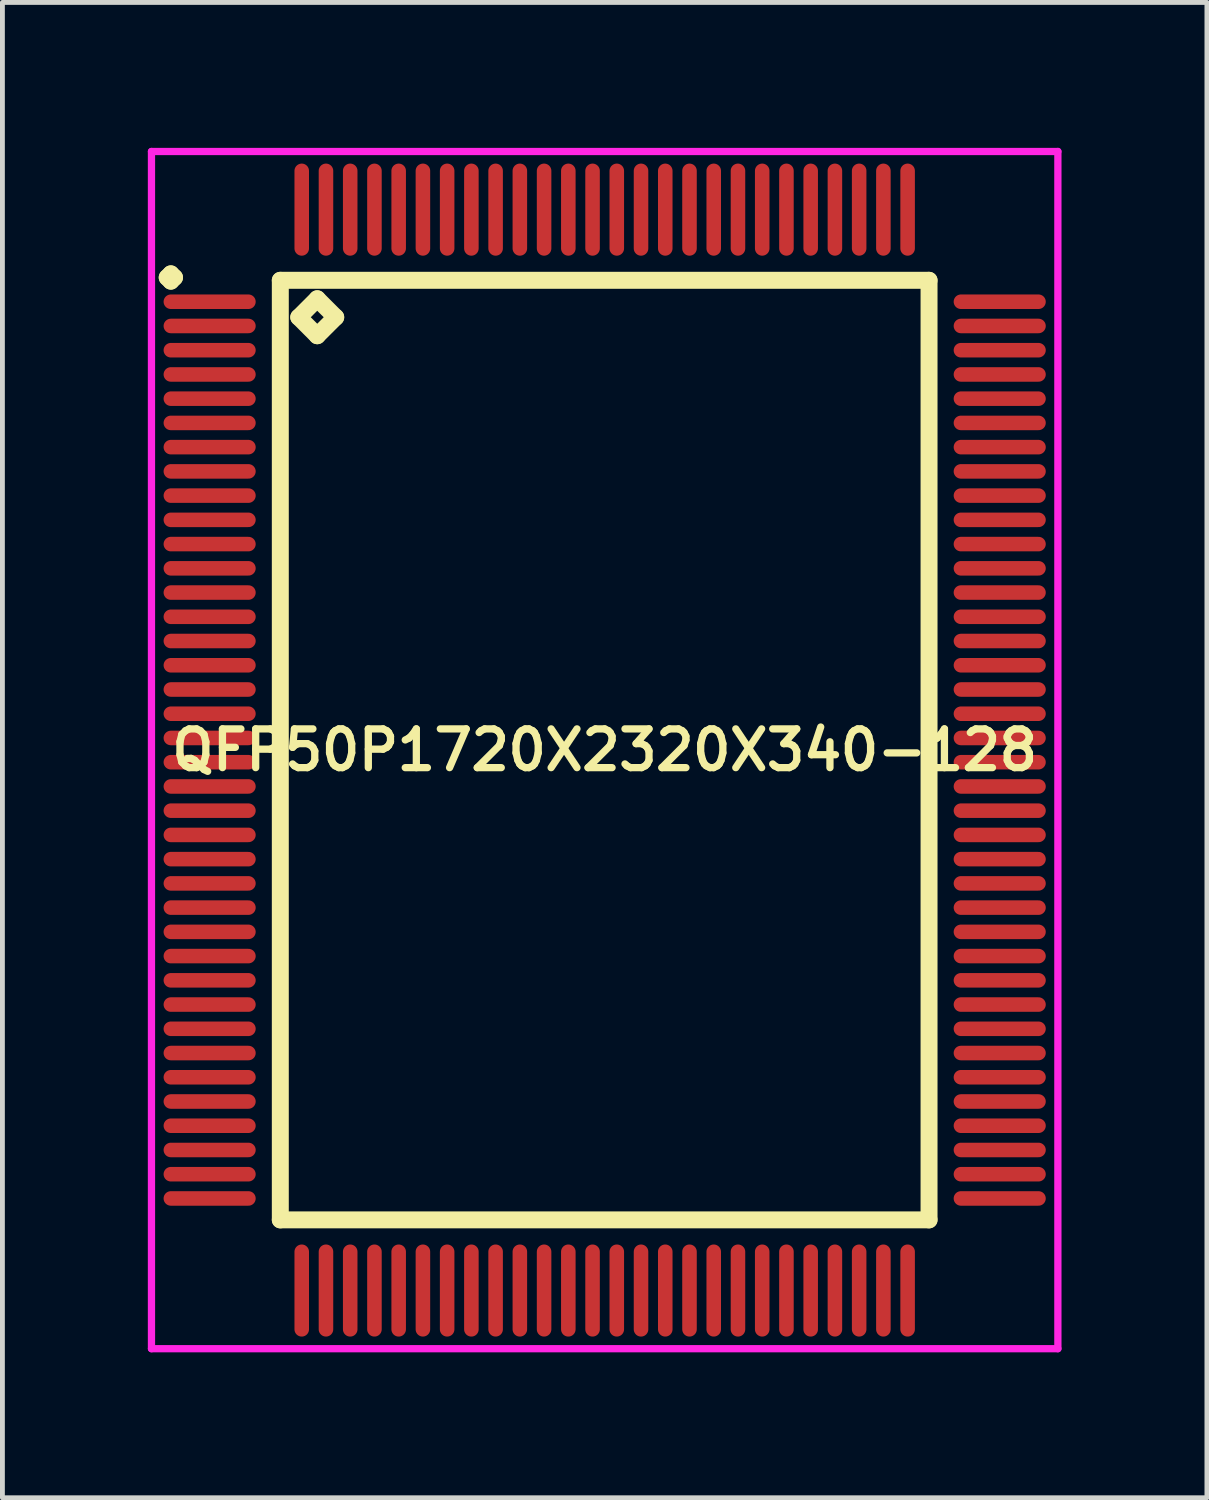
<source format=kicad_pcb>
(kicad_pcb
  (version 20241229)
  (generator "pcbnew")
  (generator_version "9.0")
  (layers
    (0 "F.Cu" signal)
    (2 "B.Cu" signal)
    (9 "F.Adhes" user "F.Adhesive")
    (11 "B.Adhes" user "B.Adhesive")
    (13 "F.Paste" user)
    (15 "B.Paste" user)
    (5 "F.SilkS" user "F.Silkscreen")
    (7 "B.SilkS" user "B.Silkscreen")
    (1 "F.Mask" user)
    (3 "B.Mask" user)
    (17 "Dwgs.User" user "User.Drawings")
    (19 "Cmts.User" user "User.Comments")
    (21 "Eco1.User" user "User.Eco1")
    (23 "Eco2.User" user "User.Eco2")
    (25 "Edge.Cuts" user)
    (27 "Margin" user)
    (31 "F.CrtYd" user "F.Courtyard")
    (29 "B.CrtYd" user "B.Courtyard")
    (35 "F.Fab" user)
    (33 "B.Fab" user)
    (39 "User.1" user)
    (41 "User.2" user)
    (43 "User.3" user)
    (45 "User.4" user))
  (footprint "QFP50P1720X2320X340-128"
    (layer "F.Cu")
    (at 9.425 12.425)
    (property "Reference" "QFP50P1720X2320X340-128" (at 0 0 0) (layer "F.SilkS") (effects (font (size 0.8 0.8) (thickness 0.15))))
    (attr smd)
    (fp_line (start -9.025 -9.75) (end -8.95 -9.825) (stroke (width 0.35) (type solid)) (layer "F.SilkS"))
    (fp_line (start -8.95 -9.825) (end -8.875 -9.75) (stroke (width 0.35) (type solid)) (layer "F.SilkS"))
    (fp_line (start -8.95 -9.675) (end -9.025 -9.75) (stroke (width 0.35) (type solid)) (layer "F.SilkS"))
    (fp_line (start -8.875 -9.75) (end -8.95 -9.675) (stroke (width 0.35) (type solid)) (layer "F.SilkS"))
    (fp_line (start -6.692 -9.692) (end -6.692 9.692) (stroke (width 0.35) (type solid)) (layer "F.SilkS"))
    (fp_line (start -6.692 9.692) (end 6.692 9.692) (stroke (width 0.35) (type solid)) (layer "F.SilkS"))
    (fp_line (start -6.311 -8.93) (end -5.93 -9.311) (stroke (width 0.35) (type solid)) (layer "F.SilkS"))
    (fp_line (start -5.93 -9.311) (end -5.549 -8.93) (stroke (width 0.35) (type solid)) (layer "F.SilkS"))
    (fp_line (start -5.93 -8.549) (end -6.311 -8.93) (stroke (width 0.35) (type solid)) (layer "F.SilkS"))
    (fp_line (start -5.549 -8.93) (end -5.93 -8.549) (stroke (width 0.35) (type solid)) (layer "F.SilkS"))
    (fp_line (start 6.692 -9.692) (end -6.692 -9.692) (stroke (width 0.35) (type solid)) (layer "F.SilkS"))
    (fp_line (start 6.692 9.692) (end 6.692 -9.692) (stroke (width 0.35) (type solid)) (layer "F.SilkS"))
    (fp_line (start -9.35 -12.35) (end 9.35 -12.35) (stroke (width 0.15) (type solid)) (layer "F.CrtYd"))
    (fp_line (start -9.35 12.35) (end -9.35 -12.35) (stroke (width 0.15) (type solid)) (layer "F.CrtYd"))
    (fp_line (start 9.35 -12.35) (end 9.35 12.35) (stroke (width 0.15) (type solid)) (layer "F.CrtYd"))
    (fp_line (start 9.35 12.35) (end -9.35 12.35) (stroke (width 0.15) (type solid)) (layer "F.CrtYd"))
    (pad "1" smd oval (at -8.15 -9.25) (size 1.9 0.3) (layers "F.Cu" "F.Mask" "F.Paste"))
    (pad "2" smd oval (at -8.15 -8.75) (size 1.9 0.3) (layers "F.Cu" "F.Mask" "F.Paste"))
    (pad "3" smd oval (at -8.15 -8.25) (size 1.9 0.3) (layers "F.Cu" "F.Mask" "F.Paste"))
    (pad "4" smd oval (at -8.15 -7.75) (size 1.9 0.3) (layers "F.Cu" "F.Mask" "F.Paste"))
    (pad "5" smd oval (at -8.15 -7.25) (size 1.9 0.3) (layers "F.Cu" "F.Mask" "F.Paste"))
    (pad "6" smd oval (at -8.15 -6.75) (size 1.9 0.3) (layers "F.Cu" "F.Mask" "F.Paste"))
    (pad "7" smd oval (at -8.15 -6.25) (size 1.9 0.3) (layers "F.Cu" "F.Mask" "F.Paste"))
    (pad "8" smd oval (at -8.15 -5.75) (size 1.9 0.3) (layers "F.Cu" "F.Mask" "F.Paste"))
    (pad "9" smd oval (at -8.15 -5.25) (size 1.9 0.3) (layers "F.Cu" "F.Mask" "F.Paste"))
    (pad "10" smd oval (at -8.15 -4.75) (size 1.9 0.3) (layers "F.Cu" "F.Mask" "F.Paste"))
    (pad "11" smd oval (at -8.15 -4.25) (size 1.9 0.3) (layers "F.Cu" "F.Mask" "F.Paste"))
    (pad "12" smd oval (at -8.15 -3.75) (size 1.9 0.3) (layers "F.Cu" "F.Mask" "F.Paste"))
    (pad "13" smd oval (at -8.15 -3.25) (size 1.9 0.3) (layers "F.Cu" "F.Mask" "F.Paste"))
    (pad "14" smd oval (at -8.15 -2.75) (size 1.9 0.3) (layers "F.Cu" "F.Mask" "F.Paste"))
    (pad "15" smd oval (at -8.15 -2.25) (size 1.9 0.3) (layers "F.Cu" "F.Mask" "F.Paste"))
    (pad "16" smd oval (at -8.15 -1.75) (size 1.9 0.3) (layers "F.Cu" "F.Mask" "F.Paste"))
    (pad "17" smd oval (at -8.15 -1.25) (size 1.9 0.3) (layers "F.Cu" "F.Mask" "F.Paste"))
    (pad "18" smd oval (at -8.15 -0.75) (size 1.9 0.3) (layers "F.Cu" "F.Mask" "F.Paste"))
    (pad "19" smd oval (at -8.15 -0.25) (size 1.9 0.3) (layers "F.Cu" "F.Mask" "F.Paste"))
    (pad "20" smd oval (at -8.15 0.25) (size 1.9 0.3) (layers "F.Cu" "F.Mask" "F.Paste"))
    (pad "21" smd oval (at -8.15 0.75) (size 1.9 0.3) (layers "F.Cu" "F.Mask" "F.Paste"))
    (pad "22" smd oval (at -8.15 1.25) (size 1.9 0.3) (layers "F.Cu" "F.Mask" "F.Paste"))
    (pad "23" smd oval (at -8.15 1.75) (size 1.9 0.3) (layers "F.Cu" "F.Mask" "F.Paste"))
    (pad "24" smd oval (at -8.15 2.25) (size 1.9 0.3) (layers "F.Cu" "F.Mask" "F.Paste"))
    (pad "25" smd oval (at -8.15 2.75) (size 1.9 0.3) (layers "F.Cu" "F.Mask" "F.Paste"))
    (pad "26" smd oval (at -8.15 3.25) (size 1.9 0.3) (layers "F.Cu" "F.Mask" "F.Paste"))
    (pad "27" smd oval (at -8.15 3.75) (size 1.9 0.3) (layers "F.Cu" "F.Mask" "F.Paste"))
    (pad "28" smd oval (at -8.15 4.25) (size 1.9 0.3) (layers "F.Cu" "F.Mask" "F.Paste"))
    (pad "29" smd oval (at -8.15 4.75) (size 1.9 0.3) (layers "F.Cu" "F.Mask" "F.Paste"))
    (pad "30" smd oval (at -8.15 5.25) (size 1.9 0.3) (layers "F.Cu" "F.Mask" "F.Paste"))
    (pad "31" smd oval (at -8.15 5.75) (size 1.9 0.3) (layers "F.Cu" "F.Mask" "F.Paste"))
    (pad "32" smd oval (at -8.15 6.25) (size 1.9 0.3) (layers "F.Cu" "F.Mask" "F.Paste"))
    (pad "33" smd oval (at -8.15 6.75) (size 1.9 0.3) (layers "F.Cu" "F.Mask" "F.Paste"))
    (pad "34" smd oval (at -8.15 7.25) (size 1.9 0.3) (layers "F.Cu" "F.Mask" "F.Paste"))
    (pad "35" smd oval (at -8.15 7.75) (size 1.9 0.3) (layers "F.Cu" "F.Mask" "F.Paste"))
    (pad "36" smd oval (at -8.15 8.25) (size 1.9 0.3) (layers "F.Cu" "F.Mask" "F.Paste"))
    (pad "37" smd oval (at -8.15 8.75) (size 1.9 0.3) (layers "F.Cu" "F.Mask" "F.Paste"))
    (pad "38" smd oval (at -8.15 9.25) (size 1.9 0.3) (layers "F.Cu" "F.Mask" "F.Paste"))
    (pad "39" smd oval (at -6.25 11.15) (size 0.3 1.9) (layers "F.Cu" "F.Mask" "F.Paste"))
    (pad "40" smd oval (at -5.75 11.15) (size 0.3 1.9) (layers "F.Cu" "F.Mask" "F.Paste"))
    (pad "41" smd oval (at -5.25 11.15) (size 0.3 1.9) (layers "F.Cu" "F.Mask" "F.Paste"))
    (pad "42" smd oval (at -4.75 11.15) (size 0.3 1.9) (layers "F.Cu" "F.Mask" "F.Paste"))
    (pad "43" smd oval (at -4.25 11.15) (size 0.3 1.9) (layers "F.Cu" "F.Mask" "F.Paste"))
    (pad "44" smd oval (at -3.75 11.15) (size 0.3 1.9) (layers "F.Cu" "F.Mask" "F.Paste"))
    (pad "45" smd oval (at -3.25 11.15) (size 0.3 1.9) (layers "F.Cu" "F.Mask" "F.Paste"))
    (pad "46" smd oval (at -2.75 11.15) (size 0.3 1.9) (layers "F.Cu" "F.Mask" "F.Paste"))
    (pad "47" smd oval (at -2.25 11.15) (size 0.3 1.9) (layers "F.Cu" "F.Mask" "F.Paste"))
    (pad "48" smd oval (at -1.75 11.15) (size 0.3 1.9) (layers "F.Cu" "F.Mask" "F.Paste"))
    (pad "49" smd oval (at -1.25 11.15) (size 0.3 1.9) (layers "F.Cu" "F.Mask" "F.Paste"))
    (pad "50" smd oval (at -0.75 11.15) (size 0.3 1.9) (layers "F.Cu" "F.Mask" "F.Paste"))
    (pad "51" smd oval (at -0.25 11.15) (size 0.3 1.9) (layers "F.Cu" "F.Mask" "F.Paste"))
    (pad "52" smd oval (at 0.25 11.15) (size 0.3 1.9) (layers "F.Cu" "F.Mask" "F.Paste"))
    (pad "53" smd oval (at 0.75 11.15) (size 0.3 1.9) (layers "F.Cu" "F.Mask" "F.Paste"))
    (pad "54" smd oval (at 1.25 11.15) (size 0.3 1.9) (layers "F.Cu" "F.Mask" "F.Paste"))
    (pad "55" smd oval (at 1.75 11.15) (size 0.3 1.9) (layers "F.Cu" "F.Mask" "F.Paste"))
    (pad "56" smd oval (at 2.25 11.15) (size 0.3 1.9) (layers "F.Cu" "F.Mask" "F.Paste"))
    (pad "57" smd oval (at 2.75 11.15) (size 0.3 1.9) (layers "F.Cu" "F.Mask" "F.Paste"))
    (pad "58" smd oval (at 3.25 11.15) (size 0.3 1.9) (layers "F.Cu" "F.Mask" "F.Paste"))
    (pad "59" smd oval (at 3.75 11.15) (size 0.3 1.9) (layers "F.Cu" "F.Mask" "F.Paste"))
    (pad "60" smd oval (at 4.25 11.15) (size 0.3 1.9) (layers "F.Cu" "F.Mask" "F.Paste"))
    (pad "61" smd oval (at 4.75 11.15) (size 0.3 1.9) (layers "F.Cu" "F.Mask" "F.Paste"))
    (pad "62" smd oval (at 5.25 11.15) (size 0.3 1.9) (layers "F.Cu" "F.Mask" "F.Paste"))
    (pad "63" smd oval (at 5.75 11.15) (size 0.3 1.9) (layers "F.Cu" "F.Mask" "F.Paste"))
    (pad "64" smd oval (at 6.25 11.15) (size 0.3 1.9) (layers "F.Cu" "F.Mask" "F.Paste"))
    (pad "65" smd oval (at 8.15 9.25) (size 1.9 0.3) (layers "F.Cu" "F.Mask" "F.Paste"))
    (pad "66" smd oval (at 8.15 8.75) (size 1.9 0.3) (layers "F.Cu" "F.Mask" "F.Paste"))
    (pad "67" smd oval (at 8.15 8.25) (size 1.9 0.3) (layers "F.Cu" "F.Mask" "F.Paste"))
    (pad "68" smd oval (at 8.15 7.75) (size 1.9 0.3) (layers "F.Cu" "F.Mask" "F.Paste"))
    (pad "69" smd oval (at 8.15 7.25) (size 1.9 0.3) (layers "F.Cu" "F.Mask" "F.Paste"))
    (pad "70" smd oval (at 8.15 6.75) (size 1.9 0.3) (layers "F.Cu" "F.Mask" "F.Paste"))
    (pad "71" smd oval (at 8.15 6.25) (size 1.9 0.3) (layers "F.Cu" "F.Mask" "F.Paste"))
    (pad "72" smd oval (at 8.15 5.75) (size 1.9 0.3) (layers "F.Cu" "F.Mask" "F.Paste"))
    (pad "73" smd oval (at 8.15 5.25) (size 1.9 0.3) (layers "F.Cu" "F.Mask" "F.Paste"))
    (pad "74" smd oval (at 8.15 4.75) (size 1.9 0.3) (layers "F.Cu" "F.Mask" "F.Paste"))
    (pad "75" smd oval (at 8.15 4.25) (size 1.9 0.3) (layers "F.Cu" "F.Mask" "F.Paste"))
    (pad "76" smd oval (at 8.15 3.75) (size 1.9 0.3) (layers "F.Cu" "F.Mask" "F.Paste"))
    (pad "77" smd oval (at 8.15 3.25) (size 1.9 0.3) (layers "F.Cu" "F.Mask" "F.Paste"))
    (pad "78" smd oval (at 8.15 2.75) (size 1.9 0.3) (layers "F.Cu" "F.Mask" "F.Paste"))
    (pad "79" smd oval (at 8.15 2.25) (size 1.9 0.3) (layers "F.Cu" "F.Mask" "F.Paste"))
    (pad "80" smd oval (at 8.15 1.75) (size 1.9 0.3) (layers "F.Cu" "F.Mask" "F.Paste"))
    (pad "81" smd oval (at 8.15 1.25) (size 1.9 0.3) (layers "F.Cu" "F.Mask" "F.Paste"))
    (pad "82" smd oval (at 8.15 0.75) (size 1.9 0.3) (layers "F.Cu" "F.Mask" "F.Paste"))
    (pad "83" smd oval (at 8.15 0.25) (size 1.9 0.3) (layers "F.Cu" "F.Mask" "F.Paste"))
    (pad "84" smd oval (at 8.15 -0.25) (size 1.9 0.3) (layers "F.Cu" "F.Mask" "F.Paste"))
    (pad "85" smd oval (at 8.15 -0.75) (size 1.9 0.3) (layers "F.Cu" "F.Mask" "F.Paste"))
    (pad "86" smd oval (at 8.15 -1.25) (size 1.9 0.3) (layers "F.Cu" "F.Mask" "F.Paste"))
    (pad "87" smd oval (at 8.15 -1.75) (size 1.9 0.3) (layers "F.Cu" "F.Mask" "F.Paste"))
    (pad "88" smd oval (at 8.15 -2.25) (size 1.9 0.3) (layers "F.Cu" "F.Mask" "F.Paste"))
    (pad "89" smd oval (at 8.15 -2.75) (size 1.9 0.3) (layers "F.Cu" "F.Mask" "F.Paste"))
    (pad "90" smd oval (at 8.15 -3.25) (size 1.9 0.3) (layers "F.Cu" "F.Mask" "F.Paste"))
    (pad "91" smd oval (at 8.15 -3.75) (size 1.9 0.3) (layers "F.Cu" "F.Mask" "F.Paste"))
    (pad "92" smd oval (at 8.15 -4.25) (size 1.9 0.3) (layers "F.Cu" "F.Mask" "F.Paste"))
    (pad "93" smd oval (at 8.15 -4.75) (size 1.9 0.3) (layers "F.Cu" "F.Mask" "F.Paste"))
    (pad "94" smd oval (at 8.15 -5.25) (size 1.9 0.3) (layers "F.Cu" "F.Mask" "F.Paste"))
    (pad "95" smd oval (at 8.15 -5.75) (size 1.9 0.3) (layers "F.Cu" "F.Mask" "F.Paste"))
    (pad "96" smd oval (at 8.15 -6.25) (size 1.9 0.3) (layers "F.Cu" "F.Mask" "F.Paste"))
    (pad "97" smd oval (at 8.15 -6.75) (size 1.9 0.3) (layers "F.Cu" "F.Mask" "F.Paste"))
    (pad "98" smd oval (at 8.15 -7.25) (size 1.9 0.3) (layers "F.Cu" "F.Mask" "F.Paste"))
    (pad "99" smd oval (at 8.15 -7.75) (size 1.9 0.3) (layers "F.Cu" "F.Mask" "F.Paste"))
    (pad "100" smd oval (at 8.15 -8.25) (size 1.9 0.3) (layers "F.Cu" "F.Mask" "F.Paste"))
    (pad "101" smd oval (at 8.15 -8.75) (size 1.9 0.3) (layers "F.Cu" "F.Mask" "F.Paste"))
    (pad "102" smd oval (at 8.15 -9.25) (size 1.9 0.3) (layers "F.Cu" "F.Mask" "F.Paste"))
    (pad "103" smd oval (at 6.25 -11.15) (size 0.3 1.9) (layers "F.Cu" "F.Mask" "F.Paste"))
    (pad "104" smd oval (at 5.75 -11.15) (size 0.3 1.9) (layers "F.Cu" "F.Mask" "F.Paste"))
    (pad "105" smd oval (at 5.25 -11.15) (size 0.3 1.9) (layers "F.Cu" "F.Mask" "F.Paste"))
    (pad "106" smd oval (at 4.75 -11.15) (size 0.3 1.9) (layers "F.Cu" "F.Mask" "F.Paste"))
    (pad "107" smd oval (at 4.25 -11.15) (size 0.3 1.9) (layers "F.Cu" "F.Mask" "F.Paste"))
    (pad "108" smd oval (at 3.75 -11.15) (size 0.3 1.9) (layers "F.Cu" "F.Mask" "F.Paste"))
    (pad "109" smd oval (at 3.25 -11.15) (size 0.3 1.9) (layers "F.Cu" "F.Mask" "F.Paste"))
    (pad "110" smd oval (at 2.75 -11.15) (size 0.3 1.9) (layers "F.Cu" "F.Mask" "F.Paste"))
    (pad "111" smd oval (at 2.25 -11.15) (size 0.3 1.9) (layers "F.Cu" "F.Mask" "F.Paste"))
    (pad "112" smd oval (at 1.75 -11.15) (size 0.3 1.9) (layers "F.Cu" "F.Mask" "F.Paste"))
    (pad "113" smd oval (at 1.25 -11.15) (size 0.3 1.9) (layers "F.Cu" "F.Mask" "F.Paste"))
    (pad "114" smd oval (at 0.75 -11.15) (size 0.3 1.9) (layers "F.Cu" "F.Mask" "F.Paste"))
    (pad "115" smd oval (at 0.25 -11.15) (size 0.3 1.9) (layers "F.Cu" "F.Mask" "F.Paste"))
    (pad "116" smd oval (at -0.25 -11.15) (size 0.3 1.9) (layers "F.Cu" "F.Mask" "F.Paste"))
    (pad "117" smd oval (at -0.75 -11.15) (size 0.3 1.9) (layers "F.Cu" "F.Mask" "F.Paste"))
    (pad "118" smd oval (at -1.25 -11.15) (size 0.3 1.9) (layers "F.Cu" "F.Mask" "F.Paste"))
    (pad "119" smd oval (at -1.75 -11.15) (size 0.3 1.9) (layers "F.Cu" "F.Mask" "F.Paste"))
    (pad "120" smd oval (at -2.25 -11.15) (size 0.3 1.9) (layers "F.Cu" "F.Mask" "F.Paste"))
    (pad "121" smd oval (at -2.75 -11.15) (size 0.3 1.9) (layers "F.Cu" "F.Mask" "F.Paste"))
    (pad "122" smd oval (at -3.25 -11.15) (size 0.3 1.9) (layers "F.Cu" "F.Mask" "F.Paste"))
    (pad "123" smd oval (at -3.75 -11.15) (size 0.3 1.9) (layers "F.Cu" "F.Mask" "F.Paste"))
    (pad "124" smd oval (at -4.25 -11.15) (size 0.3 1.9) (layers "F.Cu" "F.Mask" "F.Paste"))
    (pad "125" smd oval (at -4.75 -11.15) (size 0.3 1.9) (layers "F.Cu" "F.Mask" "F.Paste"))
    (pad "126" smd oval (at -5.25 -11.15) (size 0.3 1.9) (layers "F.Cu" "F.Mask" "F.Paste"))
    (pad "127" smd oval (at -5.75 -11.15) (size 0.3 1.9) (layers "F.Cu" "F.Mask" "F.Paste"))
    (pad "128" smd oval (at -6.25 -11.15) (size 0.3 1.9) (layers "F.Cu" "F.Mask" "F.Paste")))
  (gr_rect
    (start -3 -3)
    (end 21.85 27.85)
    (stroke (width 0.1) (type default))
    (fill no)
    (layer "Edge.Cuts")))
</source>
